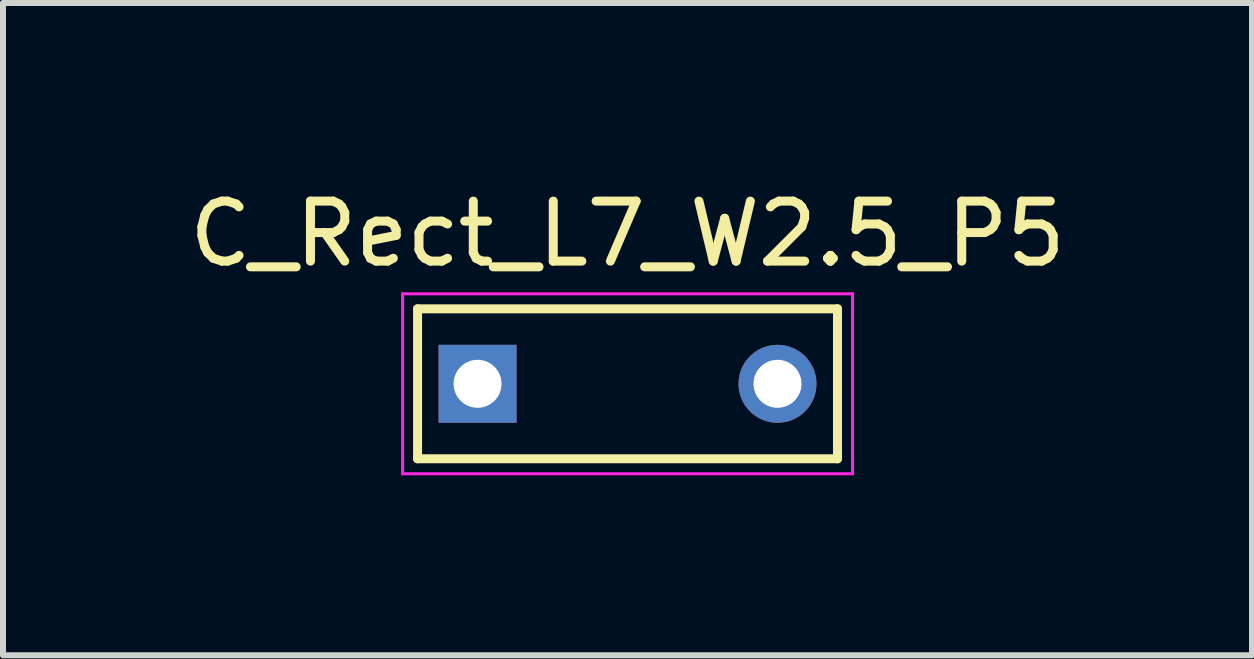
<source format=kicad_pcb>
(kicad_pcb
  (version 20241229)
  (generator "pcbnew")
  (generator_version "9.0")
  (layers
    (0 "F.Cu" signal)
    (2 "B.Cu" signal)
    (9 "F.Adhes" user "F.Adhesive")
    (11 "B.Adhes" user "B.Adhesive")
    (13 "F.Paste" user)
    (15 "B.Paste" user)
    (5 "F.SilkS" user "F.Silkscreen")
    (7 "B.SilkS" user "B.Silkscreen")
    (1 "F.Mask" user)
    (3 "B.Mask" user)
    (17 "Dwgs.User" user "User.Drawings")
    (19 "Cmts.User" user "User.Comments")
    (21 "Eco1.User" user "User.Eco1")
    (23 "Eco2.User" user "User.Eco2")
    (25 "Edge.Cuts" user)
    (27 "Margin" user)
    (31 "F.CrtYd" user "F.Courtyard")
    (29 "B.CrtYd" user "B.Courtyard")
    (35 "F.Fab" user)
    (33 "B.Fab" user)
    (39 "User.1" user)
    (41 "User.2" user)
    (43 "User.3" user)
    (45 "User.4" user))
  (footprint "C_Rect_L7_W2.5_P5"
    (layer "F.Cu")
    (at 4.911 3.348)
    (property "Reference" "C_Rect_L7_W2.5_P5" (at 2.5 -2.5 0) (layer "F.SilkS") (effects (font (size 1 1) (thickness 0.15))))
    (attr through_hole)
    (fp_line (start -1 -1.25) (end 6 -1.25) (stroke (width 0.15) (type solid)) (layer "F.SilkS"))
    (fp_line (start -1 1.25) (end -1 -1.25) (stroke (width 0.15) (type solid)) (layer "F.SilkS"))
    (fp_line (start 6 -1.25) (end 6 1.25) (stroke (width 0.15) (type solid)) (layer "F.SilkS"))
    (fp_line (start 6 1.25) (end -1 1.25) (stroke (width 0.15) (type solid)) (layer "F.SilkS"))
    (fp_line (start -1.25 -1.5) (end 6.25 -1.5) (stroke (width 0.05) (type solid)) (layer "F.CrtYd"))
    (fp_line (start -1.25 1.5) (end -1.25 -1.5) (stroke (width 0.05) (type solid)) (layer "F.CrtYd"))
    (fp_line (start 6.25 -1.5) (end 6.25 1.5) (stroke (width 0.05) (type solid)) (layer "F.CrtYd"))
    (fp_line (start 6.25 1.5) (end -1.25 1.5) (stroke (width 0.05) (type solid)) (layer "F.CrtYd"))
    (pad "1" thru_hole rect (at 0 0) (size 1.3 1.3) (drill 0.8) (layers "*.Cu" "*.Mask"))
    (pad "2" thru_hole circle (at 5 0) (size 1.3 1.3) (drill 0.8) (layers "*.Cu" "*.Mask")))
  (gr_rect
    (start -3 -3)
    (end 17.821 7.873)
    (stroke (width 0.1) (type default))
    (fill no)
    (layer "Edge.Cuts")))
</source>
